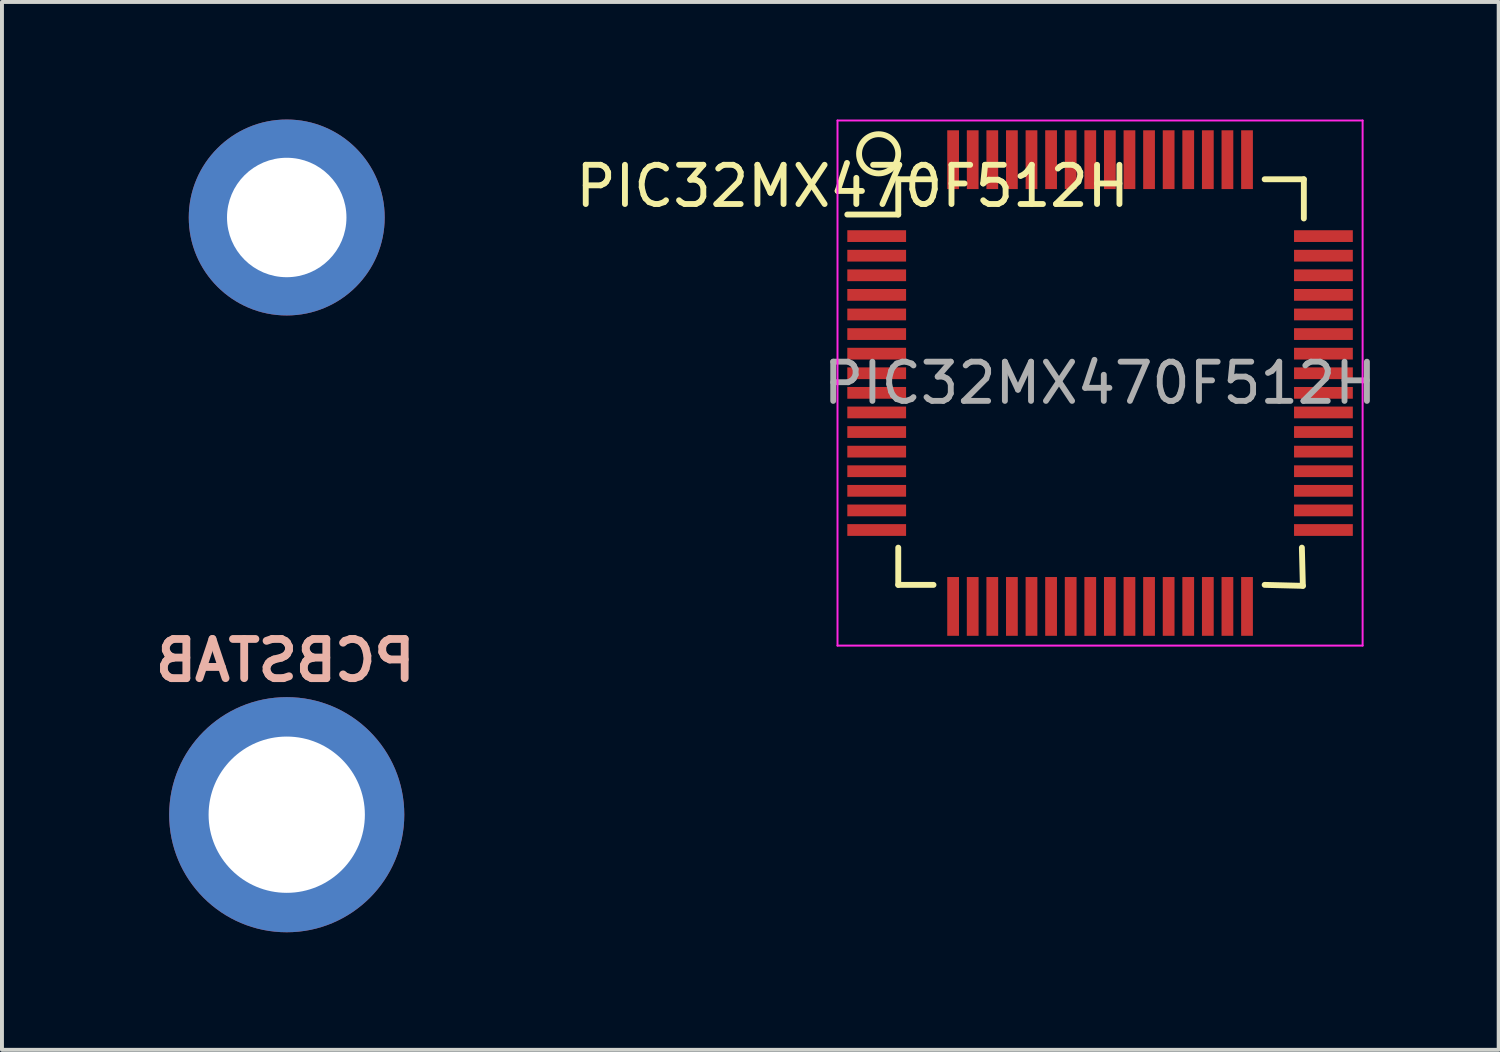
<source format=kicad_pcb>
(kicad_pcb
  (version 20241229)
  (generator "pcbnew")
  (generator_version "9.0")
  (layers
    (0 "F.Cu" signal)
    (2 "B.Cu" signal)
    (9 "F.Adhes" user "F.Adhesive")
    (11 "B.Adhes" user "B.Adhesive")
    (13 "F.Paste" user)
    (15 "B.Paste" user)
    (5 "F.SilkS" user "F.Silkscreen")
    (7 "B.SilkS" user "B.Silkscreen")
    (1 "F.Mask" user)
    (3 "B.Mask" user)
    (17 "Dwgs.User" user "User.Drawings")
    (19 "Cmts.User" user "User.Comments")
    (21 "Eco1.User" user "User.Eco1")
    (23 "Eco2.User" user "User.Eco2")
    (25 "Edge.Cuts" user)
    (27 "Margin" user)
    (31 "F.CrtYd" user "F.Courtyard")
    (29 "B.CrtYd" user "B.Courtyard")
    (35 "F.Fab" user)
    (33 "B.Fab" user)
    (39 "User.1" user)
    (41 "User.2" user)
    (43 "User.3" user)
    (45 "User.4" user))
  (footprint "PCBSTAB"
    (layer "F.Cu")
    (at 4.229 9.485)
    (property "Reference" "PCBSTAB" (at 0 4.318 0) (layer "B.SilkS") (effects (font (size 1 1) (thickness 0.2)) (justify mirror)))
    (attr through_hole)
    (fp_line (start -4.153 -2.286) (end -3.289 -2.286) (stroke (width 0.152) (type solid)) (layer "Eco2.User"))
    (fp_line (start -4.153 0.508) (end -4.153 -2.286) (stroke (width 0.152) (type solid)) (layer "Eco2.User"))
    (fp_line (start -3.289 -5.69) (end 3.365 -5.69) (stroke (width 0.152) (type solid)) (layer "Eco2.User"))
    (fp_line (start -3.289 -2.286) (end -3.289 -5.69) (stroke (width 0.152) (type solid)) (layer "Eco2.User"))
    (fp_line (start -3.289 0.508) (end -4.153 0.508) (stroke (width 0.152) (type solid)) (layer "Eco2.User"))
    (fp_line (start -3.289 6.604) (end -3.3 0.5) (stroke (width 0.152) (type solid)) (layer "Eco2.User"))
    (fp_line (start -2.248 6.604) (end -3.289 6.604) (stroke (width 0.152) (type solid)) (layer "Eco2.User"))
    (fp_line (start -2.248 7.772) (end -2.248 6.604) (stroke (width 0.152) (type solid)) (layer "Eco2.User"))
    (fp_line (start 2.324 6.604) (end 2.324 7.772) (stroke (width 0.152) (type solid)) (layer "Eco2.User"))
    (fp_line (start 2.324 7.772) (end -2.248 7.772) (stroke (width 0.152) (type solid)) (layer "Eco2.User"))
    (fp_line (start 3.365 -5.69) (end 3.365 -2.286) (stroke (width 0.152) (type solid)) (layer "Eco2.User"))
    (fp_line (start 3.365 -2.286) (end 4.229 -2.286) (stroke (width 0.152) (type solid)) (layer "Eco2.User"))
    (fp_line (start 3.365 0.508) (end 3.365 6.604) (stroke (width 0.152) (type solid)) (layer "Eco2.User"))
    (fp_line (start 3.365 6.604) (end 2.324 6.604) (stroke (width 0.152) (type solid)) (layer "Eco2.User"))
    (fp_line (start 4.229 -2.286) (end 4.229 0.508) (stroke (width 0.152) (type solid)) (layer "Eco2.User"))
    (fp_line (start 4.229 0.508) (end 3.365 0.508) (stroke (width 0.152) (type solid)) (layer "Eco2.User"))
    (pad "1" thru_hole circle (at 0.038 -6.985) (size 5 5) (drill 3.048) (layers "*.Cu"))
    (pad "1" thru_hole circle (at 0.038 8.255) (size 6 6) (drill 3.988) (layers "*.Cu")))
  (footprint "PIC32MX470F512H"
    (layer "F.Cu")
    (at 25.022 6.725)
    (property "Reference" "PIC32MX470F512H" (at -6.315 -5.024 0) (layer "F.SilkS") (effects (font (size 1 1) (thickness 0.15))))
    (attr smd)
    (fp_line (start -5.15 -5.2) (end -5.15 -4.3) (stroke (width 0.15) (type solid)) (layer "F.SilkS"))
    (fp_line (start -5.15 -5.2) (end -4.25 -5.2) (stroke (width 0.15) (type solid)) (layer "F.SilkS"))
    (fp_line (start -5.15 -4.3) (end -6.45 -4.3) (stroke (width 0.15) (type solid)) (layer "F.SilkS"))
    (fp_line (start -5.15 5.15) (end -5.15 4.2) (stroke (width 0.15) (type solid)) (layer "F.SilkS"))
    (fp_line (start -5.15 5.15) (end -4.25 5.15) (stroke (width 0.15) (type solid)) (layer "F.SilkS"))
    (fp_line (start 5.175 5.175) (end 4.2 5.15) (stroke (width 0.15) (type solid)) (layer "F.SilkS"))
    (fp_line (start 5.175 5.175) (end 5.15 4.2) (stroke (width 0.15) (type solid)) (layer "F.SilkS"))
    (fp_line (start 5.2 -5.2) (end 4.2 -5.2) (stroke (width 0.15) (type solid)) (layer "F.SilkS"))
    (fp_line (start 5.2 -5.2) (end 5.2 -4.2) (stroke (width 0.15) (type solid)) (layer "F.SilkS"))
    (fp_circle (center -5.65 -5.85) (end -5.15 -5.85) (stroke (width 0.15) (type solid)) (fill no) (layer "F.SilkS"))
    (fp_line (start -6.7 -6.7) (end -6.7 6.7) (stroke (width 0.05) (type solid)) (layer "F.CrtYd"))
    (fp_line (start -6.7 -6.7) (end 6.7 -6.7) (stroke (width 0.05) (type solid)) (layer "F.CrtYd"))
    (fp_line (start -6.7 6.7) (end 6.7 6.7) (stroke (width 0.05) (type solid)) (layer "F.CrtYd"))
    (fp_line (start 6.7 -6.7) (end 6.7 6.7) (stroke (width 0.05) (type solid)) (layer "F.CrtYd"))
    (fp_text user "${REFERENCE}" (at 0 0 0) (layer "F.Fab") (effects (font (size 1 1) (thickness 0.15))))
    (pad "1" smd rect (at -5.7 -3.75) (size 1.5 0.3) (layers "F.Cu" "F.Mask" "F.Paste"))
    (pad "2" smd rect (at -5.7 -3.25) (size 1.5 0.3) (layers "F.Cu" "F.Mask" "F.Paste"))
    (pad "3" smd rect (at -5.7 -2.75) (size 1.5 0.3) (layers "F.Cu" "F.Mask" "F.Paste"))
    (pad "4" smd rect (at -5.7 -2.25) (size 1.5 0.3) (layers "F.Cu" "F.Mask" "F.Paste"))
    (pad "5" smd rect (at -5.7 -1.75) (size 1.5 0.3) (layers "F.Cu" "F.Mask" "F.Paste"))
    (pad "6" smd rect (at -5.7 -1.25) (size 1.5 0.3) (layers "F.Cu" "F.Mask" "F.Paste"))
    (pad "7" smd rect (at -5.7 -0.75) (size 1.5 0.3) (layers "F.Cu" "F.Mask" "F.Paste"))
    (pad "8" smd rect (at -5.7 -0.25) (size 1.5 0.3) (layers "F.Cu" "F.Mask" "F.Paste"))
    (pad "9" smd rect (at -5.7 0.25) (size 1.5 0.3) (layers "F.Cu" "F.Mask" "F.Paste"))
    (pad "10" smd rect (at -5.7 0.75) (size 1.5 0.3) (layers "F.Cu" "F.Mask" "F.Paste"))
    (pad "11" smd rect (at -5.7 1.25) (size 1.5 0.3) (layers "F.Cu" "F.Mask" "F.Paste"))
    (pad "12" smd rect (at -5.7 1.75) (size 1.5 0.3) (layers "F.Cu" "F.Mask" "F.Paste"))
    (pad "13" smd rect (at -5.7 2.25) (size 1.5 0.3) (layers "F.Cu" "F.Mask" "F.Paste"))
    (pad "14" smd rect (at -5.7 2.75) (size 1.5 0.3) (layers "F.Cu" "F.Mask" "F.Paste"))
    (pad "15" smd rect (at -5.7 3.25) (size 1.5 0.3) (layers "F.Cu" "F.Mask" "F.Paste"))
    (pad "16" smd rect (at -5.7 3.75) (size 1.5 0.3) (layers "F.Cu" "F.Mask" "F.Paste"))
    (pad "17" smd rect (at -3.75 5.7 90) (size 1.5 0.3) (layers "F.Cu" "F.Mask" "F.Paste"))
    (pad "18" smd rect (at -3.25 5.7 90) (size 1.5 0.3) (layers "F.Cu" "F.Mask" "F.Paste"))
    (pad "19" smd rect (at -2.75 5.7 90) (size 1.5 0.3) (layers "F.Cu" "F.Mask" "F.Paste"))
    (pad "20" smd rect (at -2.25 5.7 90) (size 1.5 0.3) (layers "F.Cu" "F.Mask" "F.Paste"))
    (pad "21" smd rect (at -1.75 5.7 90) (size 1.5 0.3) (layers "F.Cu" "F.Mask" "F.Paste"))
    (pad "22" smd rect (at -1.25 5.7 90) (size 1.5 0.3) (layers "F.Cu" "F.Mask" "F.Paste"))
    (pad "23" smd rect (at -0.75 5.7 90) (size 1.5 0.3) (layers "F.Cu" "F.Mask" "F.Paste"))
    (pad "24" smd rect (at -0.25 5.7 90) (size 1.5 0.3) (layers "F.Cu" "F.Mask" "F.Paste"))
    (pad "25" smd rect (at 0.25 5.7 90) (size 1.5 0.3) (layers "F.Cu" "F.Mask" "F.Paste"))
    (pad "26" smd rect (at 0.75 5.7 90) (size 1.5 0.3) (layers "F.Cu" "F.Mask" "F.Paste"))
    (pad "27" smd rect (at 1.25 5.7 90) (size 1.5 0.3) (layers "F.Cu" "F.Mask" "F.Paste"))
    (pad "28" smd rect (at 1.75 5.7 90) (size 1.5 0.3) (layers "F.Cu" "F.Mask" "F.Paste"))
    (pad "29" smd rect (at 2.25 5.7 90) (size 1.5 0.3) (layers "F.Cu" "F.Mask" "F.Paste"))
    (pad "30" smd rect (at 2.75 5.7 90) (size 1.5 0.3) (layers "F.Cu" "F.Mask" "F.Paste"))
    (pad "31" smd rect (at 3.25 5.7 90) (size 1.5 0.3) (layers "F.Cu" "F.Mask" "F.Paste"))
    (pad "32" smd rect (at 3.75 5.7 90) (size 1.5 0.3) (layers "F.Cu" "F.Mask" "F.Paste"))
    (pad "33" smd rect (at 5.7 3.75) (size 1.5 0.3) (layers "F.Cu" "F.Mask" "F.Paste"))
    (pad "34" smd rect (at 5.7 3.25) (size 1.5 0.3) (layers "F.Cu" "F.Mask" "F.Paste"))
    (pad "35" smd rect (at 5.7 2.75) (size 1.5 0.3) (layers "F.Cu" "F.Mask" "F.Paste"))
    (pad "36" smd rect (at 5.7 2.25) (size 1.5 0.3) (layers "F.Cu" "F.Mask" "F.Paste"))
    (pad "37" smd rect (at 5.7 1.75) (size 1.5 0.3) (layers "F.Cu" "F.Mask" "F.Paste"))
    (pad "38" smd rect (at 5.7 1.25) (size 1.5 0.3) (layers "F.Cu" "F.Mask" "F.Paste"))
    (pad "39" smd rect (at 5.7 0.75) (size 1.5 0.3) (layers "F.Cu" "F.Mask" "F.Paste"))
    (pad "40" smd rect (at 5.7 0.25) (size 1.5 0.3) (layers "F.Cu" "F.Mask" "F.Paste"))
    (pad "41" smd rect (at 5.7 -0.25) (size 1.5 0.3) (layers "F.Cu" "F.Mask" "F.Paste"))
    (pad "42" smd rect (at 5.7 -0.75) (size 1.5 0.3) (layers "F.Cu" "F.Mask" "F.Paste"))
    (pad "43" smd rect (at 5.7 -1.25) (size 1.5 0.3) (layers "F.Cu" "F.Mask" "F.Paste"))
    (pad "44" smd rect (at 5.7 -1.75) (size 1.5 0.3) (layers "F.Cu" "F.Mask" "F.Paste"))
    (pad "45" smd rect (at 5.7 -2.25) (size 1.5 0.3) (layers "F.Cu" "F.Mask" "F.Paste"))
    (pad "46" smd rect (at 5.7 -2.75) (size 1.5 0.3) (layers "F.Cu" "F.Mask" "F.Paste"))
    (pad "47" smd rect (at 5.7 -3.25) (size 1.5 0.3) (layers "F.Cu" "F.Mask" "F.Paste"))
    (pad "48" smd rect (at 5.7 -3.75) (size 1.5 0.3) (layers "F.Cu" "F.Mask" "F.Paste"))
    (pad "49" smd rect (at 3.75 -5.7 90) (size 1.5 0.3) (layers "F.Cu" "F.Mask" "F.Paste"))
    (pad "50" smd rect (at 3.25 -5.7 90) (size 1.5 0.3) (layers "F.Cu" "F.Mask" "F.Paste"))
    (pad "51" smd rect (at 2.75 -5.7 90) (size 1.5 0.3) (layers "F.Cu" "F.Mask" "F.Paste"))
    (pad "52" smd rect (at 2.25 -5.7 90) (size 1.5 0.3) (layers "F.Cu" "F.Mask" "F.Paste"))
    (pad "53" smd rect (at 1.75 -5.7 90) (size 1.5 0.3) (layers "F.Cu" "F.Mask" "F.Paste"))
    (pad "54" smd rect (at 1.25 -5.7 90) (size 1.5 0.3) (layers "F.Cu" "F.Mask" "F.Paste"))
    (pad "55" smd rect (at 0.75 -5.7 90) (size 1.5 0.3) (layers "F.Cu" "F.Mask" "F.Paste"))
    (pad "56" smd rect (at 0.25 -5.7 90) (size 1.5 0.3) (layers "F.Cu" "F.Mask" "F.Paste"))
    (pad "57" smd rect (at -0.25 -5.7 90) (size 1.5 0.3) (layers "F.Cu" "F.Mask" "F.Paste"))
    (pad "58" smd rect (at -0.75 -5.7 90) (size 1.5 0.3) (layers "F.Cu" "F.Mask" "F.Paste"))
    (pad "59" smd rect (at -1.25 -5.7 90) (size 1.5 0.3) (layers "F.Cu" "F.Mask" "F.Paste"))
    (pad "60" smd rect (at -1.75 -5.7 90) (size 1.5 0.3) (layers "F.Cu" "F.Mask" "F.Paste"))
    (pad "61" smd rect (at -2.25 -5.7 90) (size 1.5 0.3) (layers "F.Cu" "F.Mask" "F.Paste"))
    (pad "62" smd rect (at -2.75 -5.7 90) (size 1.5 0.3) (layers "F.Cu" "F.Mask" "F.Paste"))
    (pad "63" smd rect (at -3.25 -5.7 90) (size 1.5 0.3) (layers "F.Cu" "F.Mask" "F.Paste"))
    (pad "64" smd rect (at -3.75 -5.7 90) (size 1.5 0.3) (layers "F.Cu" "F.Mask" "F.Paste")))
  (gr_rect
    (start -3 -3)
    (end 35.194 23.74)
    (stroke (width 0.1) (type default))
    (fill no)
    (layer "Edge.Cuts")))
</source>
